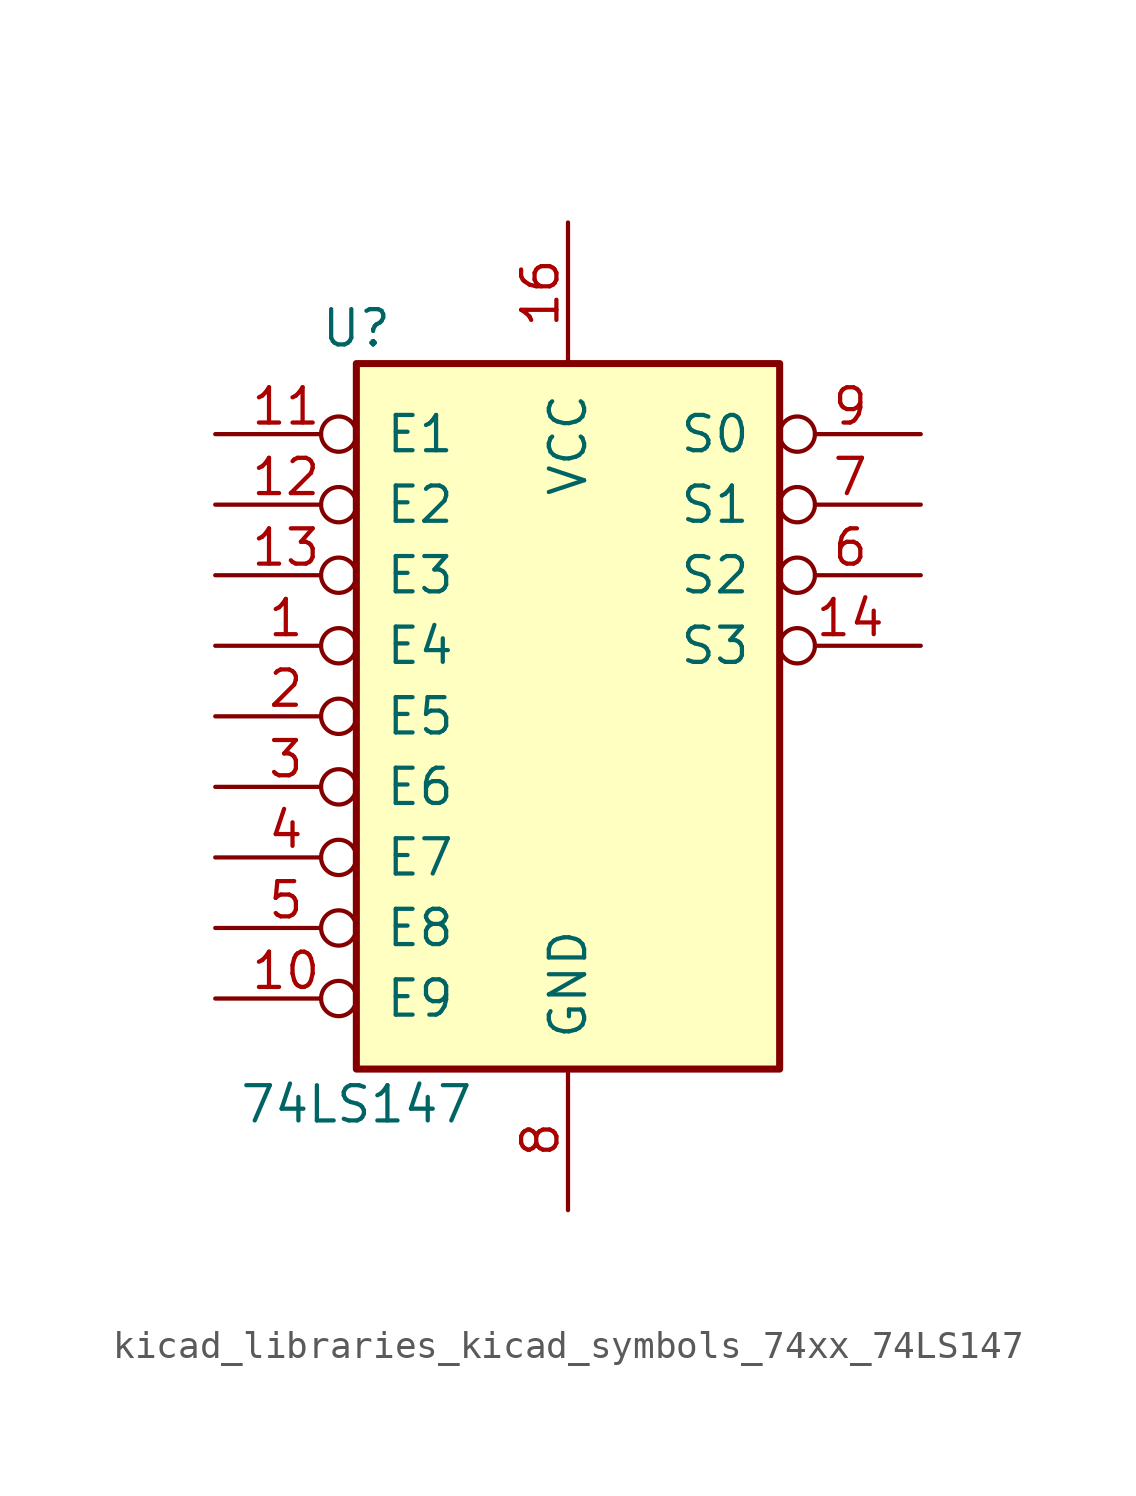
<source format=kicad_sym>
(kicad_symbol_lib
  (version 20220914)
  (generator kicad_symbol_editor)
  (symbol "kicad_libraries_kicad_symbols_74xx_74LS147"
    (pin_names
      (offset 1.016))
    (property "Reference" "U"
      (at -7.62 13.97 0)
      (effects (font (size 1.27 1.27))))
    (property "Value" "74LS147"
      (at -7.62 -13.97 0)
      (effects (font (size 1.27 1.27))))
    (property "ki_locked" ""
      (at 0 0 0)
      (effects (font (size 1.27 1.27))))
    (symbol "kicad_libraries_kicad_symbols_74xx_74LS147_1_0"
      (pin input inverted (at -12.7 2.54 0) (length 5.08) (name "E4" (effects (font (size 1.27 1.27)))) (number "1" (effects (font (size 1.27 1.27)))))
      (pin input inverted (at -12.7 -10.16 0) (length 5.08) (name "E9" (effects (font (size 1.27 1.27)))) (number "10" (effects (font (size 1.27 1.27)))))
      (pin input inverted (at -12.7 10.16 0) (length 5.08) (name "E1" (effects (font (size 1.27 1.27)))) (number "11" (effects (font (size 1.27 1.27)))))
      (pin input inverted (at -12.7 7.62 0) (length 5.08) (name "E2" (effects (font (size 1.27 1.27)))) (number "12" (effects (font (size 1.27 1.27)))))
      (pin input inverted (at -12.7 5.08 0) (length 5.08) (name "E3" (effects (font (size 1.27 1.27)))) (number "13" (effects (font (size 1.27 1.27)))))
      (pin output inverted (at 12.7 2.54 180) (length 5.08) (name "S3" (effects (font (size 1.27 1.27)))) (number "14" (effects (font (size 1.27 1.27)))))
      (pin power_in line (at 0 17.78 270) (length 5.08) (name "VCC" (effects (font (size 1.27 1.27)))) (number "16" (effects (font (size 1.27 1.27)))))
      (pin input inverted (at -12.7 0 0) (length 5.08) (name "E5" (effects (font (size 1.27 1.27)))) (number "2" (effects (font (size 1.27 1.27)))))
      (pin input inverted (at -12.7 -2.54 0) (length 5.08) (name "E6" (effects (font (size 1.27 1.27)))) (number "3" (effects (font (size 1.27 1.27)))))
      (pin input inverted (at -12.7 -5.08 0) (length 5.08) (name "E7" (effects (font (size 1.27 1.27)))) (number "4" (effects (font (size 1.27 1.27)))))
      (pin input inverted (at -12.7 -7.62 0) (length 5.08) (name "E8" (effects (font (size 1.27 1.27)))) (number "5" (effects (font (size 1.27 1.27)))))
      (pin output inverted (at 12.7 5.08 180) (length 5.08) (name "S2" (effects (font (size 1.27 1.27)))) (number "6" (effects (font (size 1.27 1.27)))))
      (pin output inverted (at 12.7 7.62 180) (length 5.08) (name "S1" (effects (font (size 1.27 1.27)))) (number "7" (effects (font (size 1.27 1.27)))))
      (pin power_in line (at 0 -17.78 90) (length 5.08) (name "GND" (effects (font (size 1.27 1.27)))) (number "8" (effects (font (size 1.27 1.27)))))
      (pin output inverted (at 12.7 10.16 180) (length 5.08) (name "S0" (effects (font (size 1.27 1.27)))) (number "9" (effects (font (size 1.27 1.27))))))
    (symbol "kicad_libraries_kicad_symbols_74xx_74LS147_1_1"
      (rectangle (start -7.62 12.7) (end 7.62 -12.7) (stroke (width 0.254) (type default)) (fill (type background))))))
</source>
